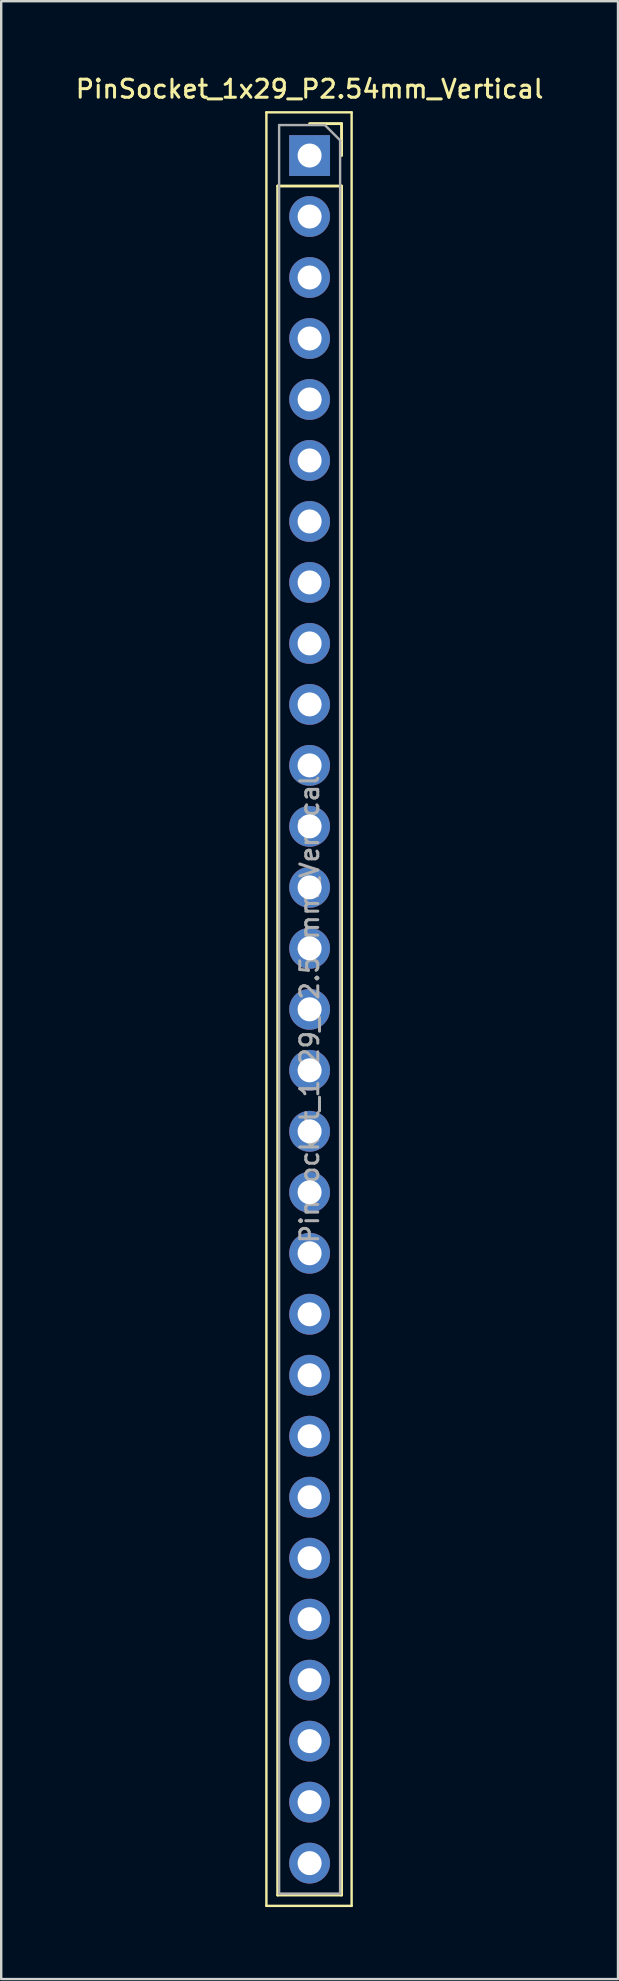
<source format=kicad_pcb>
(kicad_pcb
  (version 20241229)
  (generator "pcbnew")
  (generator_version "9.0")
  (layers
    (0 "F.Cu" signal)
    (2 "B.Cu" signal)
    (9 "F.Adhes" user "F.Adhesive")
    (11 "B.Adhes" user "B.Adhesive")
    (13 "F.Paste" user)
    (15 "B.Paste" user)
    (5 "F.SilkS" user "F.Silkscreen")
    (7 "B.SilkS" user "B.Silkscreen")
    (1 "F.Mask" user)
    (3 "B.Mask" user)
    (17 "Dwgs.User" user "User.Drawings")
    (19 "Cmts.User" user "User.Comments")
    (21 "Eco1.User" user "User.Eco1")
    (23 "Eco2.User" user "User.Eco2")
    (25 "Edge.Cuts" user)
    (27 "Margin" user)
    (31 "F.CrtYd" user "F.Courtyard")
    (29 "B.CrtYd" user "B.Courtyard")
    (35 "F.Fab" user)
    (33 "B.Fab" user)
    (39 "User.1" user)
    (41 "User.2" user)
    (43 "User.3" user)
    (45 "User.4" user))
  (footprint "PinSocket_1x29_P2.54mm_Vertical"
    (layer "F.Cu")
    (at 9.845 3.428)
    (property "Reference" "PinSocket_1x29_P2.54mm_Vertical" (at 0 -2.77 0) (layer "F.SilkS") (effects (font (size 0.75 0.75) (thickness 0.125))))
    (attr through_hole)
    (fp_line (start -1.8 -1.8) (end 1.75 -1.8) (stroke (width 0.1) (type solid)) (layer "F.SilkS"))
    (fp_line (start -1.8 72.9) (end -1.8 -1.8) (stroke (width 0.1) (type solid)) (layer "F.SilkS"))
    (fp_line (start -1.33 1.27) (end -1.33 72.45) (stroke (width 0.12) (type solid)) (layer "F.SilkS"))
    (fp_line (start -1.33 1.27) (end 1.33 1.27) (stroke (width 0.12) (type solid)) (layer "F.SilkS"))
    (fp_line (start -1.33 72.45) (end 1.33 72.45) (stroke (width 0.12) (type solid)) (layer "F.SilkS"))
    (fp_line (start 0 -1.33) (end 1.33 -1.33) (stroke (width 0.12) (type solid)) (layer "F.SilkS"))
    (fp_line (start 1.33 -1.33) (end 1.33 0) (stroke (width 0.12) (type solid)) (layer "F.SilkS"))
    (fp_line (start 1.33 1.27) (end 1.33 72.45) (stroke (width 0.12) (type solid)) (layer "F.SilkS"))
    (fp_line (start 1.75 -1.8) (end 1.75 72.9) (stroke (width 0.1) (type solid)) (layer "F.SilkS"))
    (fp_line (start 1.75 72.9) (end -1.8 72.9) (stroke (width 0.1) (type solid)) (layer "F.SilkS"))
    (fp_line (start -1.27 -1.27) (end 0.635 -1.27) (stroke (width 0.1) (type solid)) (layer "F.Fab"))
    (fp_line (start -1.27 72.39) (end -1.27 -1.27) (stroke (width 0.1) (type solid)) (layer "F.Fab"))
    (fp_line (start 0.635 -1.27) (end 1.27 -0.635) (stroke (width 0.1) (type solid)) (layer "F.Fab"))
    (fp_line (start 1.27 -0.635) (end 1.27 72.39) (stroke (width 0.1) (type solid)) (layer "F.Fab"))
    (fp_line (start 1.27 72.39) (end -1.27 72.39) (stroke (width 0.1) (type solid)) (layer "F.Fab"))
    (fp_text user "${REFERENCE}" (at 0 35.56 90) (layer "F.Fab") (effects (font (size 0.75 0.75) (thickness 0.125))))
    (pad "1" thru_hole rect (at 0 0) (size 1.7 1.7) (drill 1) (layers "*.Cu" "*.Mask"))
    (pad "2" thru_hole oval (at 0 2.54) (size 1.7 1.7) (drill 1) (layers "*.Cu" "*.Mask"))
    (pad "3" thru_hole oval (at 0 5.08) (size 1.7 1.7) (drill 1) (layers "*.Cu" "*.Mask"))
    (pad "4" thru_hole oval (at 0 7.62) (size 1.7 1.7) (drill 1) (layers "*.Cu" "*.Mask"))
    (pad "5" thru_hole oval (at 0 10.16) (size 1.7 1.7) (drill 1) (layers "*.Cu" "*.Mask"))
    (pad "6" thru_hole oval (at 0 12.7) (size 1.7 1.7) (drill 1) (layers "*.Cu" "*.Mask"))
    (pad "7" thru_hole oval (at 0 15.24) (size 1.7 1.7) (drill 1) (layers "*.Cu" "*.Mask"))
    (pad "8" thru_hole oval (at 0 17.78) (size 1.7 1.7) (drill 1) (layers "*.Cu" "*.Mask"))
    (pad "9" thru_hole oval (at 0 20.32) (size 1.7 1.7) (drill 1) (layers "*.Cu" "*.Mask"))
    (pad "10" thru_hole oval (at 0 22.86) (size 1.7 1.7) (drill 1) (layers "*.Cu" "*.Mask"))
    (pad "11" thru_hole oval (at 0 25.4) (size 1.7 1.7) (drill 1) (layers "*.Cu" "*.Mask"))
    (pad "12" thru_hole oval (at 0 27.94) (size 1.7 1.7) (drill 1) (layers "*.Cu" "*.Mask"))
    (pad "13" thru_hole oval (at 0 30.48) (size 1.7 1.7) (drill 1) (layers "*.Cu" "*.Mask"))
    (pad "14" thru_hole oval (at 0 33.02) (size 1.7 1.7) (drill 1) (layers "*.Cu" "*.Mask"))
    (pad "15" thru_hole oval (at 0 35.56) (size 1.7 1.7) (drill 1) (layers "*.Cu" "*.Mask"))
    (pad "16" thru_hole oval (at 0 38.1) (size 1.7 1.7) (drill 1) (layers "*.Cu" "*.Mask"))
    (pad "17" thru_hole oval (at 0 40.64) (size 1.7 1.7) (drill 1) (layers "*.Cu" "*.Mask"))
    (pad "18" thru_hole oval (at 0 43.18) (size 1.7 1.7) (drill 1) (layers "*.Cu" "*.Mask"))
    (pad "19" thru_hole oval (at 0 45.72) (size 1.7 1.7) (drill 1) (layers "*.Cu" "*.Mask"))
    (pad "20" thru_hole oval (at 0 48.26) (size 1.7 1.7) (drill 1) (layers "*.Cu" "*.Mask"))
    (pad "21" thru_hole oval (at 0 50.8) (size 1.7 1.7) (drill 1) (layers "*.Cu" "*.Mask"))
    (pad "22" thru_hole oval (at 0 53.34) (size 1.7 1.7) (drill 1) (layers "*.Cu" "*.Mask"))
    (pad "23" thru_hole oval (at 0 55.88) (size 1.7 1.7) (drill 1) (layers "*.Cu" "*.Mask"))
    (pad "24" thru_hole oval (at 0 58.42) (size 1.7 1.7) (drill 1) (layers "*.Cu" "*.Mask"))
    (pad "25" thru_hole oval (at 0 60.96) (size 1.7 1.7) (drill 1) (layers "*.Cu" "*.Mask"))
    (pad "26" thru_hole oval (at 0 63.5) (size 1.7 1.7) (drill 1) (layers "*.Cu" "*.Mask"))
    (pad "27" thru_hole oval (at 0 66.04) (size 1.7 1.7) (drill 1) (layers "*.Cu" "*.Mask"))
    (pad "28" thru_hole oval (at 0 68.58) (size 1.7 1.7) (drill 1) (layers "*.Cu" "*.Mask"))
    (pad "29" thru_hole oval (at 0 71.12) (size 1.7 1.7) (drill 1) (layers "*.Cu" "*.Mask")))
  (gr_rect
    (start -3 -3)
    (end 22.689 79.378)
    (stroke (width 0.1) (type default))
    (fill no)
    (layer "Edge.Cuts")))
</source>
